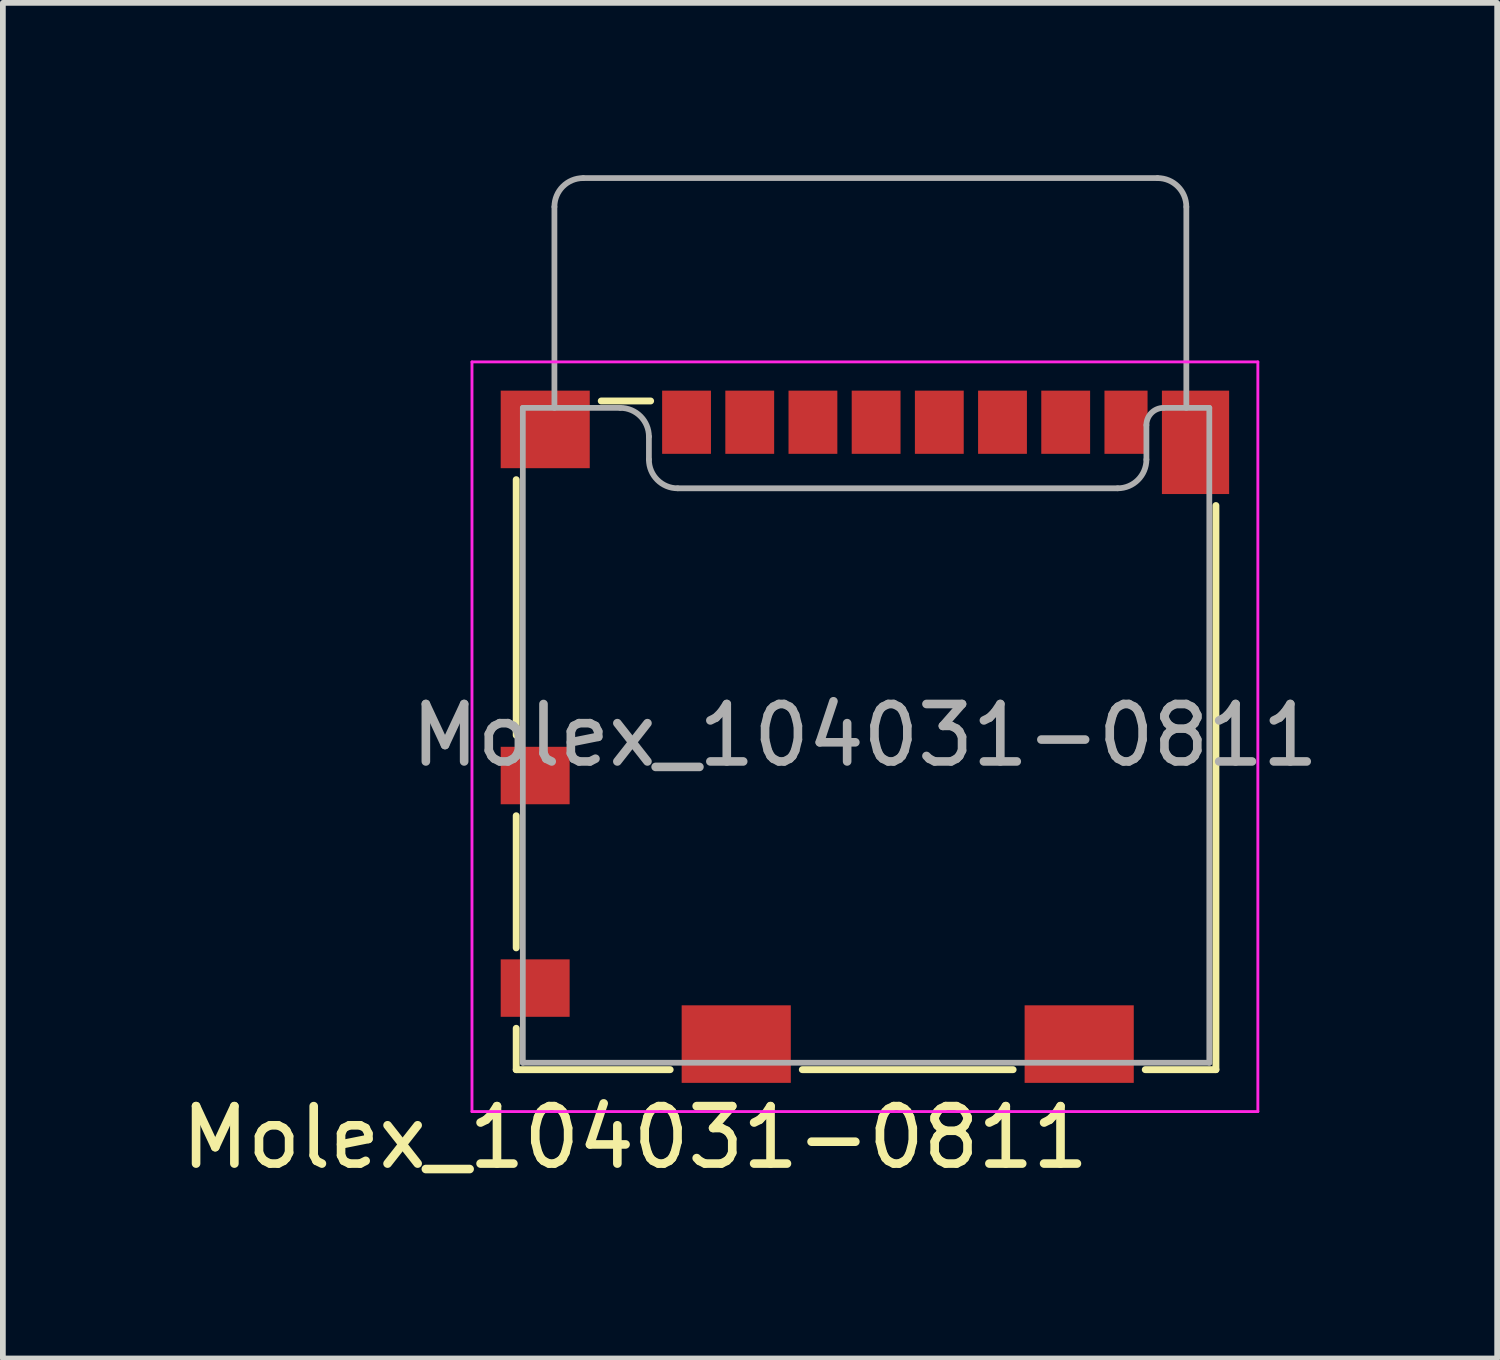
<source format=kicad_pcb>
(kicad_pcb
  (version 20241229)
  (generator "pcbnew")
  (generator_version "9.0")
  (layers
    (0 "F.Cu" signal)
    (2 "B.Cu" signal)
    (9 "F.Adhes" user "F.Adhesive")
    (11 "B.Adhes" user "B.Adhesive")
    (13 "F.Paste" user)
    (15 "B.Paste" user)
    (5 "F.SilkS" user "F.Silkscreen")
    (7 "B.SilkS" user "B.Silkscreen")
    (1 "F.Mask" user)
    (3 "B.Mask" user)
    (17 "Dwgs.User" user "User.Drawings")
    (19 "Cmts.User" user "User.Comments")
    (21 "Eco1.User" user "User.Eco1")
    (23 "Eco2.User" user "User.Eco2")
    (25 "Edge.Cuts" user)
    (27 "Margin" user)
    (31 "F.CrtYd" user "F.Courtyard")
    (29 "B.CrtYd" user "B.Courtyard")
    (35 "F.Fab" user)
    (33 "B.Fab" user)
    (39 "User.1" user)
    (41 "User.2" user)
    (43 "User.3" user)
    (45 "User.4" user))
  (footprint "Molex_104031-0811"
    (layer "F.Cu")
    (at 12.006 9.75)
    (property "Reference" "Molex_104031-0811" (at -4 7 0) (layer "F.SilkS") (effects (font (size 1 1) (thickness 0.15))))
    (attr smd)
    (fp_line (start -6.07 -4.45) (end -6.07 0) (stroke (width 0.12) (type solid)) (layer "F.SilkS"))
    (fp_line (start -6.07 1.4) (end -6.07 3.7) (stroke (width 0.12) (type solid)) (layer "F.SilkS"))
    (fp_line (start -6.07 5.1) (end -6.07 5.82) (stroke (width 0.12) (type solid)) (layer "F.SilkS"))
    (fp_line (start -6.07 5.82) (end -3.39 5.82) (stroke (width 0.12) (type solid)) (layer "F.SilkS"))
    (fp_line (start -4.59 -5.82) (end -3.73 -5.82) (stroke (width 0.12) (type solid)) (layer "F.SilkS"))
    (fp_line (start -1.09 5.82) (end 2.58 5.82) (stroke (width 0.12) (type solid)) (layer "F.SilkS"))
    (fp_line (start 4.88 5.82) (end 6.11 5.82) (stroke (width 0.12) (type solid)) (layer "F.SilkS"))
    (fp_line (start 6.11 5.82) (end 6.11 -4) (stroke (width 0.12) (type solid)) (layer "F.SilkS"))
    (fp_line (start -6.84 -6.5) (end 6.84 -6.5) (stroke (width 0.05) (type solid)) (layer "F.CrtYd"))
    (fp_line (start -6.84 6.55) (end -6.84 -6.5) (stroke (width 0.05) (type solid)) (layer "F.CrtYd"))
    (fp_line (start 6.84 -6.5) (end 6.84 6.55) (stroke (width 0.05) (type solid)) (layer "F.CrtYd"))
    (fp_line (start 6.84 6.55) (end -6.84 6.55) (stroke (width 0.05) (type solid)) (layer "F.CrtYd"))
    (fp_line (start -5.955 -5.7) (end -5.955 5.7) (stroke (width 0.1) (type solid)) (layer "F.Fab"))
    (fp_line (start -5.955 -5.7) (end -4.26 -5.7) (stroke (width 0.1) (type solid)) (layer "F.Fab"))
    (fp_line (start -5.405 -9.2) (end -5.405 -5.7) (stroke (width 0.1) (type solid)) (layer "F.Fab"))
    (fp_line (start -4.905 -9.7) (end 5.095 -9.7) (stroke (width 0.1) (type solid)) (layer "F.Fab"))
    (fp_line (start -3.76 -4.8) (end -3.76 -5.2) (stroke (width 0.1) (type solid)) (layer "F.Fab"))
    (fp_line (start 4.4 -4.3) (end -3.26 -4.3) (stroke (width 0.1) (type solid)) (layer "F.Fab"))
    (fp_line (start 4.9 -5.4) (end 4.9 -4.8) (stroke (width 0.1) (type solid)) (layer "F.Fab"))
    (fp_line (start 5.595 -5.7) (end 5.595 -9.2) (stroke (width 0.1) (type solid)) (layer "F.Fab"))
    (fp_line (start 5.995 -5.7) (end 5.21 -5.7) (stroke (width 0.1) (type solid)) (layer "F.Fab"))
    (fp_line (start 5.995 5.7) (end -5.955 5.7) (stroke (width 0.1) (type solid)) (layer "F.Fab"))
    (fp_line (start 5.995 5.7) (end 5.995 -5.7) (stroke (width 0.1) (type solid)) (layer "F.Fab"))
    (fp_arc (start -5.405 -9.2) (mid -5.258553 -9.553553) (end -4.905 -9.7) (stroke (width 0.1) (type solid)) (layer "F.Fab"))
    (fp_arc (start -4.26 -5.7) (mid -3.906447 -5.553553) (end -3.76 -5.2) (stroke (width 0.1) (type solid)) (layer "F.Fab"))
    (fp_arc (start -3.26 -4.3) (mid -3.613553 -4.446447) (end -3.76 -4.8) (stroke (width 0.1) (type solid)) (layer "F.Fab"))
    (fp_arc (start 4.9 -5.4) (mid 4.987868 -5.612132) (end 5.2 -5.7) (stroke (width 0.1) (type solid)) (layer "F.Fab"))
    (fp_arc (start 4.9 -4.8) (mid 4.753553 -4.446447) (end 4.4 -4.3) (stroke (width 0.1) (type solid)) (layer "F.Fab"))
    (fp_arc (start 5.095 -9.7) (mid 5.448553 -9.553553) (end 5.595 -9.2) (stroke (width 0.1) (type solid)) (layer "F.Fab"))
    (fp_text user "${REFERENCE}" (at 0 0 0) (layer "F.Fab") (effects (font (size 1 1) (thickness 0.15))))
    (pad "1" smd rect (at -3.105 -5.45) (size 0.85 1.1) (layers "F.Cu" "F.Mask" "F.Paste"))
    (pad "2" smd rect (at -2.005 -5.45) (size 0.85 1.1) (layers "F.Cu" "F.Mask" "F.Paste"))
    (pad "3" smd rect (at -0.905 -5.45) (size 0.85 1.1) (layers "F.Cu" "F.Mask" "F.Paste"))
    (pad "4" smd rect (at 0.195 -5.45) (size 0.85 1.1) (layers "F.Cu" "F.Mask" "F.Paste"))
    (pad "5" smd rect (at 1.295 -5.45) (size 0.85 1.1) (layers "F.Cu" "F.Mask" "F.Paste"))
    (pad "6" smd rect (at 2.395 -5.45) (size 0.85 1.1) (layers "F.Cu" "F.Mask" "F.Paste"))
    (pad "7" smd rect (at 3.495 -5.45) (size 0.85 1.1) (layers "F.Cu" "F.Mask" "F.Paste"))
    (pad "8" smd rect (at 4.545 -5.45) (size 0.75 1.1) (layers "F.Cu" "F.Mask" "F.Paste"))
    (pad "9" smd rect (at -5.74 0.7) (size 1.2 1) (layers "F.Cu" "F.Mask" "F.Paste"))
    (pad "10" smd rect (at -5.74 4.4) (size 1.2 1) (layers "F.Cu" "F.Mask" "F.Paste"))
    (pad "11" smd rect (at -5.565 -5.325) (size 1.55 1.35) (layers "F.Cu" "F.Mask" "F.Paste"))
    (pad "11" smd rect (at -2.24 5.375) (size 1.9 1.35) (layers "F.Cu" "F.Mask" "F.Paste"))
    (pad "11" smd rect (at 3.73 5.375) (size 1.9 1.35) (layers "F.Cu" "F.Mask" "F.Paste"))
    (pad "11" smd rect (at 5.755 -5.1) (size 1.17 1.8) (layers "F.Cu" "F.Mask" "F.Paste")))
  (gr_rect
    (start -3 -3)
    (end 23.012 20.598)
    (stroke (width 0.1) (type default))
    (fill no)
    (layer "Edge.Cuts")))
</source>
